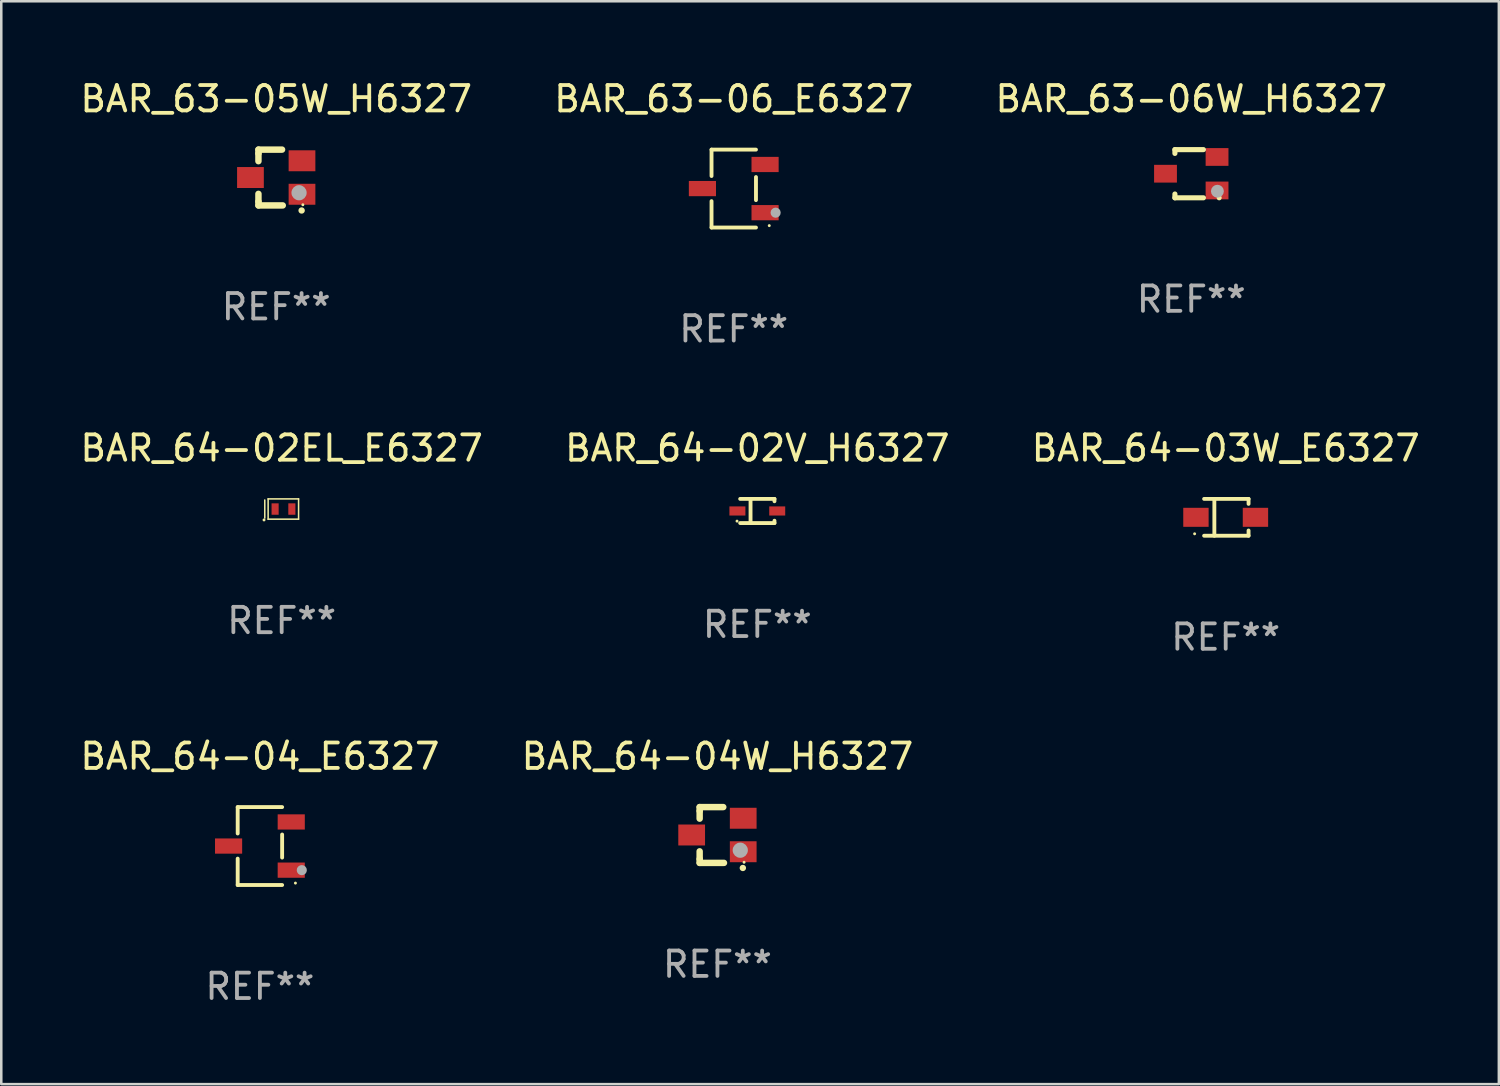
<source format=kicad_pcb>
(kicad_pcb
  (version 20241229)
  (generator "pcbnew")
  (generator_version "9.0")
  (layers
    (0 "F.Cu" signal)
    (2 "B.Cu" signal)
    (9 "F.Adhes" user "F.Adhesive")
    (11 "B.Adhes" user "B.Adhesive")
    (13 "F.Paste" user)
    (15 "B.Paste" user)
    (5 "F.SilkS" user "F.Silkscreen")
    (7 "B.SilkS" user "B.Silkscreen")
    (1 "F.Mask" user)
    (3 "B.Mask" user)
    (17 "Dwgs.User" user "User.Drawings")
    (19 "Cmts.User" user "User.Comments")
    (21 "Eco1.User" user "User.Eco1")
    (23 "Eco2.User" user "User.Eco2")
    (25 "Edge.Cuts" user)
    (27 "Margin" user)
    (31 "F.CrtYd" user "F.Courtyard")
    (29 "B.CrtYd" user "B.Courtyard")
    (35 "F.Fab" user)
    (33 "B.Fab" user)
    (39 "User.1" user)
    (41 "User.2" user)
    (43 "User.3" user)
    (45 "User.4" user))
  (footprint "BAR_64-04W_H6327"
    (layer "F.Cu")
    (at 25.232 29.866)
    (property "Reference" "BAR_64-04W_H6327" (at 0 -3.1 0) (layer "F.SilkS") (effects (font (size 1 1) (thickness 0.15))))
    (attr through_hole)
    (fp_line (start -0.701 -0.95) (end -0.701 -1.1) (stroke (width 0.254) (type solid)) (layer "F.SilkS"))
    (fp_line (start -0.701 -0.644) (end -0.701 -0.95) (stroke (width 0.254) (type solid)) (layer "F.SilkS"))
    (fp_line (start -0.701 0.95) (end -0.701 0.644) (stroke (width 0.254) (type solid)) (layer "F.SilkS"))
    (fp_line (start -0.701 0.95) (end -0.701 1.1) (stroke (width 0.254) (type solid)) (layer "F.SilkS"))
    (fp_line (start -0.7 -1.1) (end 0.23 -1.1) (stroke (width 0.254) (type solid)) (layer "F.SilkS"))
    (fp_line (start -0.7 1.1) (end 0.258 1.1) (stroke (width 0.254) (type solid)) (layer "F.SilkS"))
    (fp_arc (start 1 1.3) (mid 1.00127 1.299994) (end 1.00254 1.3) (stroke (width 0.24892) (type solid)) (layer "F.SilkS"))
    (fp_circle (center 1.05 1.075) (end 1.08 1.075) (stroke (width 0.06) (type solid)) (fill no) (layer "F.SilkS"))
    (fp_circle (center 0.9 0.6) (end 1.05 0.6) (stroke (width 0.3) (type solid)) (fill no) (layer "F.Fab"))
    (fp_text user "REF**" (at 0 5.1 0) (layer "F.Fab") (effects (font (size 1 1) (thickness 0.15))))
    (pad "1" smd rect (at 1.016 0.66) (size 1.054 0.826) (layers "F.Cu" "F.Mask" "F.Paste"))
    (pad "2" smd rect (at 1.016 -0.66) (size 1.054 0.826) (layers "F.Cu" "F.Mask" "F.Paste"))
    (pad "3" smd rect (at -1.016 0) (size 1.054 0.826) (layers "F.Cu" "F.Mask" "F.Paste")))
  (footprint "BAR_63-06W_H6327"
    (layer "F.Cu")
    (at 43.911 3.798)
    (property "Reference" "BAR_63-06W_H6327" (at 0 -2.95 0) (layer "F.SilkS") (effects (font (size 1 1) (thickness 0.15))))
    (attr through_hole)
    (fp_line (start -0.645 -0.95) (end 0.48 -0.95) (stroke (width 0.201) (type solid)) (layer "F.SilkS"))
    (fp_line (start -0.645 -0.8) (end -0.645 -0.95) (stroke (width 0.201) (type solid)) (layer "F.SilkS"))
    (fp_line (start -0.645 0.95) (end -0.645 0.8) (stroke (width 0.201) (type solid)) (layer "F.SilkS"))
    (fp_line (start 0.48 0.95) (end -0.645 0.95) (stroke (width 0.201) (type solid)) (layer "F.SilkS"))
    (fp_circle (center 1.1 0.95) (end 1.15 0.95) (stroke (width 0.1) (type solid)) (fill no) (layer "F.SilkS"))
    (fp_circle (center 1.03 0.69) (end 1.157 0.69) (stroke (width 0.254) (type solid)) (fill no) (layer "F.Fab"))
    (fp_text user "REF**" (at 0 4.95 0) (layer "F.Fab") (effects (font (size 1 1) (thickness 0.15))))
    (pad "1" smd rect (at 1.016 0.66 90) (size 0.7 0.9) (layers "F.Cu" "F.Mask" "F.Paste"))
    (pad "2" smd rect (at 1.016 -0.66 90) (size 0.7 0.9) (layers "F.Cu" "F.Mask" "F.Paste"))
    (pad "3" smd rect (at -1.016 0 90) (size 0.7 0.9) (layers "F.Cu" "F.Mask" "F.Paste")))
  (footprint "BAR_63-06_E6327"
    (layer "F.Cu")
    (at 25.875 4.384)
    (property "Reference" "BAR_63-06_E6327" (at 0 -3.536 0) (layer "F.SilkS") (effects (font (size 1 1) (thickness 0.15))))
    (attr through_hole)
    (fp_line (start -0.876 -1.536) (end -0.876 -0.495) (stroke (width 0.152) (type solid)) (layer "F.SilkS"))
    (fp_line (start -0.876 1.536) (end -0.876 0.495) (stroke (width 0.152) (type solid)) (layer "F.SilkS"))
    (fp_line (start 0.876 -1.536) (end -0.876 -1.536) (stroke (width 0.152) (type solid)) (layer "F.SilkS"))
    (fp_line (start 0.876 -0.455) (end 0.876 0.455) (stroke (width 0.152) (type solid)) (layer "F.SilkS"))
    (fp_line (start 0.876 1.536) (end -0.876 1.536) (stroke (width 0.152) (type solid)) (layer "F.SilkS"))
    (fp_circle (center 1.4 1.46) (end 1.43 1.46) (stroke (width 0.06) (type solid)) (fill no) (layer "F.SilkS"))
    (fp_circle (center 1.651 0.95) (end 1.751 0.95) (stroke (width 0.2) (type solid)) (fill no) (layer "F.Fab"))
    (fp_text user "REF**" (at 0 5.536 0) (layer "F.Fab") (effects (font (size 1 1) (thickness 0.15))))
    (pad "1" smd rect (at 1.235 0.95) (size 1.07 0.6) (layers "F.Cu" "F.Mask" "F.Paste"))
    (pad "2" smd rect (at 1.235 -0.95) (size 1.07 0.6) (layers "F.Cu" "F.Mask" "F.Paste"))
    (pad "3" smd rect (at -1.235 0) (size 1.07 0.6) (layers "F.Cu" "F.Mask" "F.Paste")))
  (footprint "BAR_64-02EL_E6327"
    (layer "F.Cu")
    (at 8.054 17.017)
    (property "Reference" "BAR_64-02EL_E6327" (at 0 -2.4 0) (layer "F.SilkS") (effects (font (size 1 1) (thickness 0.15))))
    (attr through_hole)
    (fp_line (start -0.666 -0.356) (end -0.666 0.356) (stroke (width 0.06) (type solid)) (layer "F.SilkS"))
    (fp_line (start -0.534 -0.4) (end 0.666 -0.4) (stroke (width 0.06) (type solid)) (layer "F.SilkS"))
    (fp_line (start -0.534 0.4) (end -0.534 -0.4) (stroke (width 0.06) (type solid)) (layer "F.SilkS"))
    (fp_line (start 0.666 -0.4) (end 0.666 0.4) (stroke (width 0.06) (type solid)) (layer "F.SilkS"))
    (fp_line (start 0.666 0.4) (end -0.534 0.4) (stroke (width 0.06) (type solid)) (layer "F.SilkS"))
    (fp_circle (center -0.696 0.43) (end -0.666 0.43) (stroke (width 0.06) (type solid)) (fill no) (layer "F.SilkS"))
    (fp_text user "REF**" (at 0 4.4 0) (layer "F.Fab") (effects (font (size 1 1) (thickness 0.15))))
    (pad "1" smd rect (at -0.259 0) (size 0.28 0.45) (layers "F.Cu" "F.Mask" "F.Paste"))
    (pad "2" smd rect (at 0.401 0) (size 0.28 0.45) (layers "F.Cu" "F.Mask" "F.Paste")))
  (footprint "BAR_64-03W_E6327"
    (layer "F.Cu")
    (at 45.268 17.343)
    (property "Reference" "BAR_64-03W_E6327" (at 0 -2.726 0) (layer "F.SilkS") (effects (font (size 1 1) (thickness 0.15))))
    (attr through_hole)
    (fp_line (start -0.851 -0.726) (end 0.901 -0.726) (stroke (width 0.152) (type solid)) (layer "F.SilkS"))
    (fp_line (start -0.851 0.726) (end 0.901 0.726) (stroke (width 0.152) (type solid)) (layer "F.SilkS"))
    (fp_line (start -0.447 -0.726) (end -0.447 0.726) (stroke (width 0.152) (type solid)) (layer "F.SilkS"))
    (fp_line (start 0.901 -0.726) (end 0.901 -0.53) (stroke (width 0.152) (type solid)) (layer "F.SilkS"))
    (fp_line (start 0.901 0.726) (end 0.901 0.52) (stroke (width 0.152) (type solid)) (layer "F.SilkS"))
    (fp_circle (center -1.225 0.65) (end -1.195 0.65) (stroke (width 0.06) (type solid)) (fill no) (layer "F.SilkS"))
    (fp_text user "REF**" (at 0 4.726 0) (layer "F.Fab") (effects (font (size 1 1) (thickness 0.15))))
    (pad "1" smd rect (at -1.173 0) (size 1 0.75) (layers "F.Cu" "F.Mask" "F.Paste"))
    (pad "2" smd rect (at 1.173 0) (size 1 0.75) (layers "F.Cu" "F.Mask" "F.Paste")))
  (footprint "BAR_64-04_E6327"
    (layer "F.Cu")
    (at 7.196 30.302)
    (property "Reference" "BAR_64-04_E6327" (at 0 -3.536 0) (layer "F.SilkS") (effects (font (size 1 1) (thickness 0.15))))
    (attr through_hole)
    (fp_line (start -0.876 -1.536) (end -0.876 -0.495) (stroke (width 0.152) (type solid)) (layer "F.SilkS"))
    (fp_line (start -0.876 1.536) (end -0.876 0.495) (stroke (width 0.152) (type solid)) (layer "F.SilkS"))
    (fp_line (start 0.876 -1.536) (end -0.876 -1.536) (stroke (width 0.152) (type solid)) (layer "F.SilkS"))
    (fp_line (start 0.876 -0.455) (end 0.876 0.455) (stroke (width 0.152) (type solid)) (layer "F.SilkS"))
    (fp_line (start 0.876 1.536) (end -0.876 1.536) (stroke (width 0.152) (type solid)) (layer "F.SilkS"))
    (fp_circle (center 1.4 1.46) (end 1.43 1.46) (stroke (width 0.06) (type solid)) (fill no) (layer "F.SilkS"))
    (fp_circle (center 1.651 0.95) (end 1.751 0.95) (stroke (width 0.2) (type solid)) (fill no) (layer "F.Fab"))
    (fp_text user "REF**" (at 0 5.536 0) (layer "F.Fab") (effects (font (size 1 1) (thickness 0.15))))
    (pad "1" smd rect (at 1.235 0.95) (size 1.07 0.6) (layers "F.Cu" "F.Mask" "F.Paste"))
    (pad "2" smd rect (at 1.235 -0.95) (size 1.07 0.6) (layers "F.Cu" "F.Mask" "F.Paste"))
    (pad "3" smd rect (at -1.235 0) (size 1.07 0.6) (layers "F.Cu" "F.Mask" "F.Paste")))
  (footprint "BAR_64-02V_H6327"
    (layer "F.Cu")
    (at 26.804 17.093)
    (property "Reference" "BAR_64-02V_H6327" (at 0 -2.476 0) (layer "F.SilkS") (effects (font (size 1 1) (thickness 0.15))))
    (attr through_hole)
    (fp_line (start -0.676 -0.476) (end 0.676 -0.476) (stroke (width 0.152) (type solid)) (layer "F.SilkS"))
    (fp_line (start -0.676 0.476) (end 0.676 0.476) (stroke (width 0.152) (type solid)) (layer "F.SilkS"))
    (fp_line (start -0.267 -0.476) (end -0.267 0.476) (stroke (width 0.152) (type solid)) (layer "F.SilkS"))
    (fp_line (start 0.676 -0.476) (end 0.676 -0.383) (stroke (width 0.152) (type solid)) (layer "F.SilkS"))
    (fp_line (start 0.676 0.476) (end 0.676 0.383) (stroke (width 0.152) (type solid)) (layer "F.SilkS"))
    (fp_circle (center -0.8 0.4) (end -0.77 0.4) (stroke (width 0.06) (type solid)) (fill no) (layer "F.SilkS"))
    (fp_text user "REF**" (at 0 4.476 0) (layer "F.Fab") (effects (font (size 1 1) (thickness 0.15))))
    (pad "1" smd rect (at -0.785 0) (size 0.63 0.36) (layers "F.Cu" "F.Mask" "F.Paste"))
    (pad "2" smd rect (at 0.785 0) (size 0.63 0.36) (layers "F.Cu" "F.Mask" "F.Paste")))
  (footprint "BAR_63-05W_H6327"
    (layer "F.Cu")
    (at 7.839 3.948)
    (property "Reference" "BAR_63-05W_H6327" (at 0 -3.1 0) (layer "F.SilkS") (effects (font (size 1 1) (thickness 0.15))))
    (attr through_hole)
    (fp_line (start -0.701 -0.95) (end -0.701 -1.1) (stroke (width 0.254) (type solid)) (layer "F.SilkS"))
    (fp_line (start -0.701 -0.644) (end -0.701 -0.95) (stroke (width 0.254) (type solid)) (layer "F.SilkS"))
    (fp_line (start -0.701 0.95) (end -0.701 0.644) (stroke (width 0.254) (type solid)) (layer "F.SilkS"))
    (fp_line (start -0.701 0.95) (end -0.701 1.1) (stroke (width 0.254) (type solid)) (layer "F.SilkS"))
    (fp_line (start -0.7 -1.1) (end 0.23 -1.1) (stroke (width 0.254) (type solid)) (layer "F.SilkS"))
    (fp_line (start -0.7 1.1) (end 0.258 1.1) (stroke (width 0.254) (type solid)) (layer "F.SilkS"))
    (fp_arc (start 1 1.3) (mid 1.00127 1.299994) (end 1.00254 1.3) (stroke (width 0.24892) (type solid)) (layer "F.SilkS"))
    (fp_circle (center 1.05 1.075) (end 1.08 1.075) (stroke (width 0.06) (type solid)) (fill no) (layer "F.SilkS"))
    (fp_circle (center 0.9 0.6) (end 1.05 0.6) (stroke (width 0.3) (type solid)) (fill no) (layer "F.Fab"))
    (fp_text user "REF**" (at 0 5.1 0) (layer "F.Fab") (effects (font (size 1 1) (thickness 0.15))))
    (pad "1" smd rect (at 1.016 0.66) (size 1.054 0.826) (layers "F.Cu" "F.Mask" "F.Paste"))
    (pad "2" smd rect (at 1.016 -0.66) (size 1.054 0.826) (layers "F.Cu" "F.Mask" "F.Paste"))
    (pad "3" smd rect (at -1.016 0) (size 1.054 0.826) (layers "F.Cu" "F.Mask" "F.Paste")))
  (gr_rect
    (start -3 -3)
    (end 56.036 39.687)
    (stroke (width 0.1) (type default))
    (fill no)
    (layer "Edge.Cuts")))
</source>
